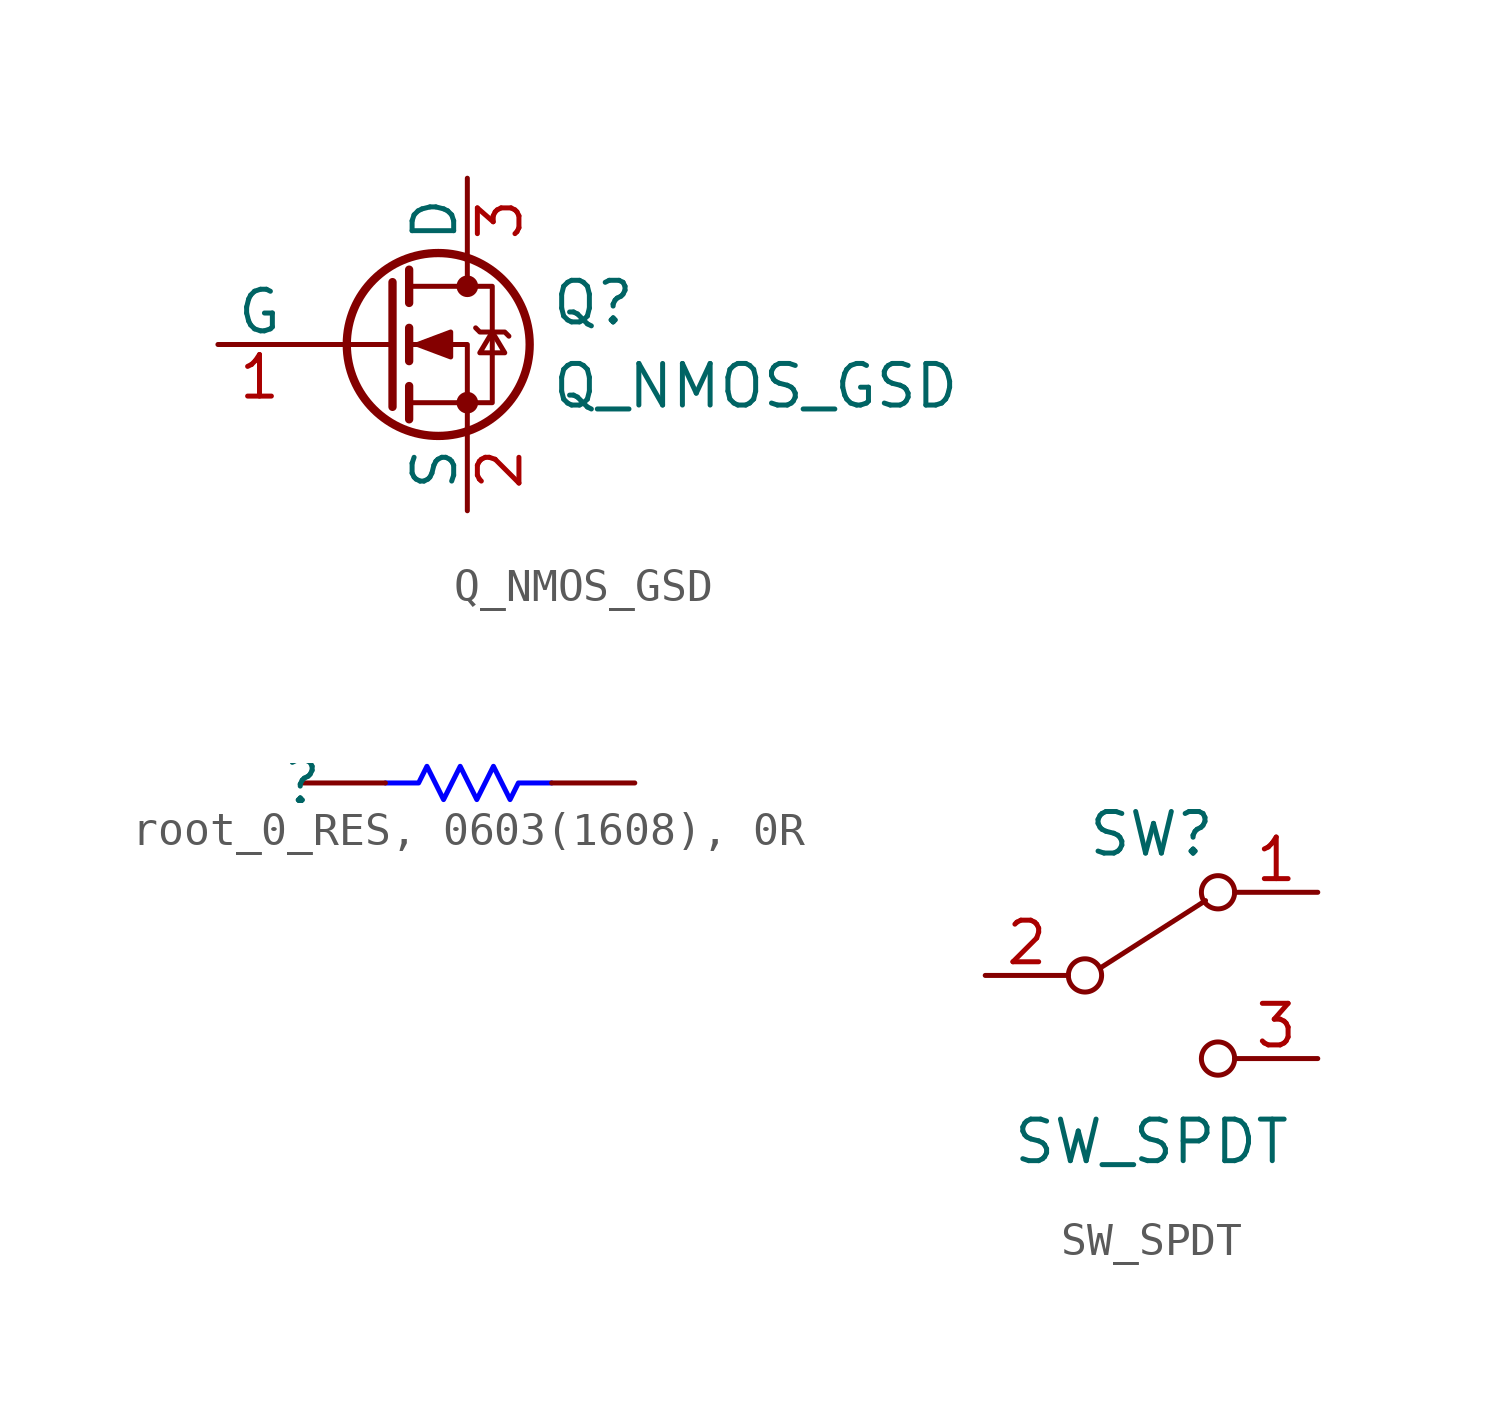
<source format=kicad_sym>
(kicad_symbol_lib
  (version 20220914)
  (generator kicad_symbol_editor)
  (symbol "Q_NMOS_GSD"
    (pin_names
      (offset 0))
    (property "Reference" "Q"
      (at 5.08 1.27 0)
      (effects (font (size 1.27 1.27)) (justify left)))
    (property "Value" "Q_NMOS_GSD"
      (at 5.08 -1.27 0)
      (effects (font (size 1.27 1.27)) (justify left)))
    (symbol "Q_NMOS_GSD_0_1"
      (polyline (pts (xy 0.254 0) (xy -2.54 0)) (stroke (width 0) (type default)) (fill (type none)))
      (polyline (pts (xy 0.254 1.905) (xy 0.254 -1.905)) (stroke (width 0.254) (type default)) (fill (type none)))
      (polyline (pts (xy 0.762 -1.27) (xy 0.762 -2.286)) (stroke (width 0.254) (type default)) (fill (type none)))
      (polyline (pts (xy 0.762 0.508) (xy 0.762 -0.508)) (stroke (width 0.254) (type default)) (fill (type none)))
      (polyline (pts (xy 0.762 2.286) (xy 0.762 1.27)) (stroke (width 0.254) (type default)) (fill (type none)))
      (polyline (pts (xy 2.54 2.54) (xy 2.54 1.778)) (stroke (width 0) (type default)) (fill (type none)))
      (polyline (pts (xy 2.54 -2.54) (xy 2.54 0) (xy 0.762 0)) (stroke (width 0) (type default)) (fill (type none)))
      (polyline (pts (xy 0.762 -1.778) (xy 3.302 -1.778) (xy 3.302 1.778) (xy 0.762 1.778)) (stroke (width 0) (type default)) (fill (type none)))
      (polyline (pts (xy 1.016 0) (xy 2.032 0.381) (xy 2.032 -0.381) (xy 1.016 0)) (stroke (width 0) (type default)) (fill (type outline)))
      (polyline (pts (xy 2.794 0.508) (xy 2.921 0.381) (xy 3.683 0.381) (xy 3.81 0.254)) (stroke (width 0) (type default)) (fill (type none)))
      (polyline (pts (xy 3.302 0.381) (xy 2.921 -0.254) (xy 3.683 -0.254) (xy 3.302 0.381)) (stroke (width 0) (type default)) (fill (type none)))
      (circle (center 1.651 0) (radius 2.794) (stroke (width 0.254) (type default)) (fill (type none)))
      (circle (center 2.54 -1.778) (radius 0.254) (stroke (width 0) (type default)) (fill (type outline)))
      (circle (center 2.54 1.778) (radius 0.254) (stroke (width 0) (type default)) (fill (type outline))))
    (symbol "Q_NMOS_GSD_1_1"
      (pin input line (at -5.08 0 0) (length 2.54) (name "G" (effects (font (size 1.27 1.27)))) (number "1" (effects (font (size 1.27 1.27)))))
      (pin passive line (at 2.54 -5.08 90) (length 2.54) (name "S" (effects (font (size 1.27 1.27)))) (number "2" (effects (font (size 1.27 1.27)))))
      (pin passive line (at 2.54 5.08 270) (length 2.54) (name "D" (effects (font (size 1.27 1.27)))) (number "3" (effects (font (size 1.27 1.27)))))))
  (symbol "root_0_RES, 0603(1608), 0R"
    (property "Reference" ""
      (at 0 0 0)
      (effects (font (size 1.27 1.27))))
    (property "Value" ""
      (at 0 0 0)
      (effects (font (size 1.27 1.27))))
    (symbol "root_0_RES, 0603(1608), 0R_1_0"
      (polyline (pts (xy 7.62 0) (xy 6.604 0) (xy 6.35 -0.508) (xy 5.842 0.508) (xy 5.334 -0.508) (xy 4.826 0.508) (xy 4.318 -0.508) (xy 3.81 0.508) (xy 3.556 0) (xy 2.54 0)) (stroke (width 0) (type solid) (color 0 0 255 1)) (fill (type none)))
      (pin passive line (at 0 0 0) (length 2.54) (name "1" (effects (font (size 0 0)))) (number "1" (effects (font (size 0 0)))))
      (pin passive line (at 10.16 0 180) (length 2.54) (name "2" (effects (font (size 0 0)))) (number "2" (effects (font (size 0 0)))))))
  (symbol "SW_SPDT"
    (pin_names
      (offset 0) hide)
    (property "Reference" "SW"
      (at 0 4.318 0)
      (effects (font (size 1.27 1.27))))
    (property "Value" "SW_SPDT"
      (at 0 -5.08 0)
      (effects (font (size 1.27 1.27))))
    (symbol "SW_SPDT_0_0"
      (circle (center -2.032 0) (radius 0.508) (stroke (width 0) (type default)) (fill (type none)))
      (circle (center 2.032 -2.54) (radius 0.508) (stroke (width 0) (type default)) (fill (type none))))
    (symbol "SW_SPDT_0_1"
      (polyline (pts (xy -1.524 0.254) (xy 1.651 2.286)) (stroke (width 0) (type default)) (fill (type none)))
      (circle (center 2.032 2.54) (radius 0.508) (stroke (width 0) (type default)) (fill (type none))))
    (symbol "SW_SPDT_1_1"
      (pin passive line (at 5.08 2.54 180) (length 2.54) (name "A" (effects (font (size 1.27 1.27)))) (number "1" (effects (font (size 1.27 1.27)))))
      (pin passive line (at -5.08 0 0) (length 2.54) (name "B" (effects (font (size 1.27 1.27)))) (number "2" (effects (font (size 1.27 1.27)))))
      (pin passive line (at 5.08 -2.54 180) (length 2.54) (name "C" (effects (font (size 1.27 1.27)))) (number "3" (effects (font (size 1.27 1.27))))))))
</source>
